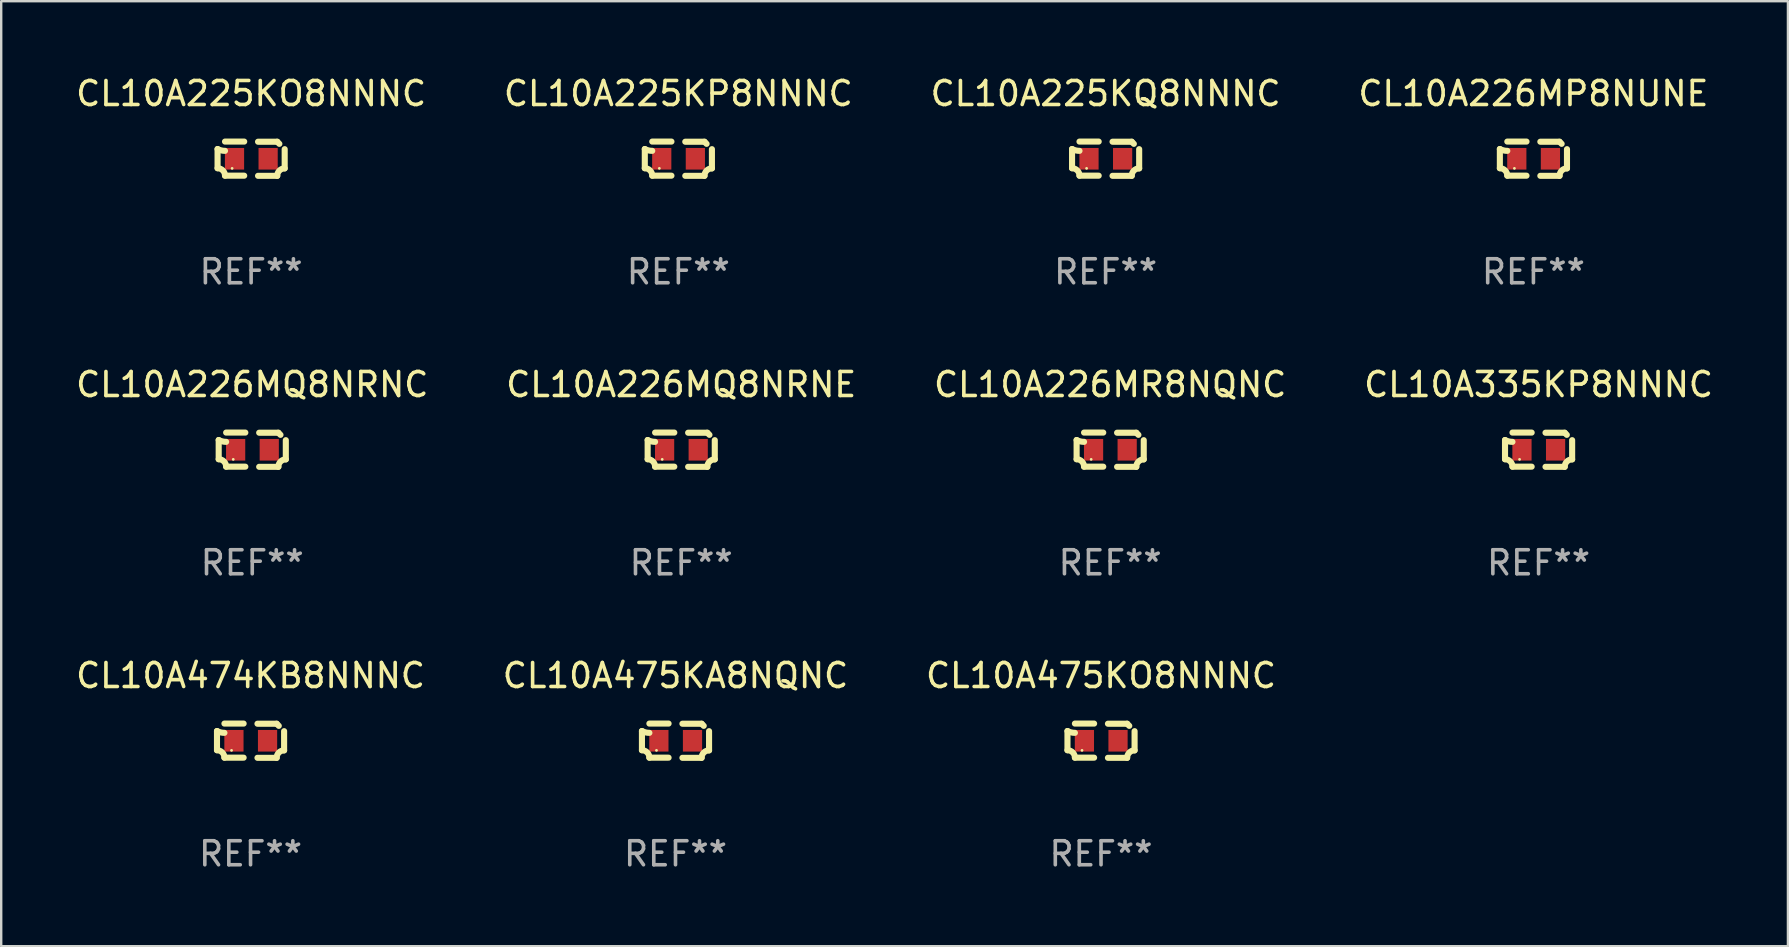
<source format=kicad_pcb>
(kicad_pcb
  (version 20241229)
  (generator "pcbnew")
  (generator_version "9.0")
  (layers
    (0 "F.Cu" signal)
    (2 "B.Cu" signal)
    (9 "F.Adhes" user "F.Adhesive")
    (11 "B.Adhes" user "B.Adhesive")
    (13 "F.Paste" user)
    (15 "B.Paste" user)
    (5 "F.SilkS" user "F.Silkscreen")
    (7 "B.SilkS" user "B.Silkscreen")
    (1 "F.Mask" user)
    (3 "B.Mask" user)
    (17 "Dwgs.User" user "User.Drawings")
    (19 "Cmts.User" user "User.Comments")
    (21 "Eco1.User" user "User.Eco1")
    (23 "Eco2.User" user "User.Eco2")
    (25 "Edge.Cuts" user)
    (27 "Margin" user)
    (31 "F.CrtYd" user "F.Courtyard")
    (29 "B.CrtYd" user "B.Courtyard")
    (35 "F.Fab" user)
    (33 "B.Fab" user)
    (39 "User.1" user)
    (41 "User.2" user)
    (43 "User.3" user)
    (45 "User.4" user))
  (footprint "CL10A226MP8NUNE"
    (layer "F.Cu")
    (at 60.827 3.561)
    (property "Reference" "CL10A226MP8NUNE" (at 0 -2.713 0) (layer "F.SilkS") (effects (font (size 1 1) (thickness 0.15))))
    (attr through_hole)
    (fp_line (start -1.398 -0.403) (end -1.398 0.397) (stroke (width 0.254) (type solid)) (layer "F.SilkS"))
    (fp_line (start -0.288 -0.713) (end -1.088 -0.713) (stroke (width 0.254) (type solid)) (layer "F.SilkS"))
    (fp_line (start -0.288 0.707) (end -1.088 0.707) (stroke (width 0.254) (type solid)) (layer "F.SilkS"))
    (fp_line (start 0.288 -0.707) (end 1.088 -0.707) (stroke (width 0.254) (type solid)) (layer "F.SilkS"))
    (fp_line (start 0.288 0.713) (end 1.088 0.713) (stroke (width 0.254) (type solid)) (layer "F.SilkS"))
    (fp_line (start 1.398 -0.397) (end 1.398 0.403) (stroke (width 0.254) (type solid)) (layer "F.SilkS"))
    (fp_arc (start -1.397789 0.397066) (mid -1.178701 0.487826) (end -1.08796 0.706922) (stroke (width 0.254001) (type solid)) (layer "F.SilkS"))
    (fp_arc (start -1.08796 -0.327176) (mid -1.247436 -0.346384) (end -1.39779 -0.402908) (stroke (width 0.254001) (type solid)) (layer "F.SilkS"))
    (fp_arc (start 1.087909 0.712738) (mid 1.178656 0.493655) (end 1.397739 0.402908) (stroke (width 0.254001) (type solid)) (layer "F.SilkS"))
    (fp_arc (start 1.175925 -0.618926) (mid 1.131917 -0.662923) (end 1.08791 -0.706922) (stroke (width 0.254001) (type solid)) (layer "F.SilkS"))
    (fp_circle (center -0.792 0.403) (end -0.762 0.403) (stroke (width 0.06) (type solid)) (fill no) (layer "F.SilkS"))
    (fp_text user "REF**" (at 0 4.713 0) (layer "F.Fab") (effects (font (size 1 1) (thickness 0.15))))
    (pad "1" smd rect (at -0.692 0.003) (size 0.8 0.9) (layers "F.Cu" "F.Mask" "F.Paste"))
    (pad "2" smd rect (at 0.708 0.003) (size 0.8 0.9) (layers "F.Cu" "F.Mask" "F.Paste")))
  (footprint "CL10A475KO8NNNC"
    (layer "F.Cu")
    (at 42.815 27.805)
    (property "Reference" "CL10A475KO8NNNC" (at 0 -2.713 0) (layer "F.SilkS") (effects (font (size 1 1) (thickness 0.15))))
    (attr through_hole)
    (fp_line (start -1.398 -0.403) (end -1.398 0.397) (stroke (width 0.254) (type solid)) (layer "F.SilkS"))
    (fp_line (start -0.288 -0.713) (end -1.088 -0.713) (stroke (width 0.254) (type solid)) (layer "F.SilkS"))
    (fp_line (start -0.288 0.707) (end -1.088 0.707) (stroke (width 0.254) (type solid)) (layer "F.SilkS"))
    (fp_line (start 0.288 -0.707) (end 1.088 -0.707) (stroke (width 0.254) (type solid)) (layer "F.SilkS"))
    (fp_line (start 0.288 0.713) (end 1.088 0.713) (stroke (width 0.254) (type solid)) (layer "F.SilkS"))
    (fp_line (start 1.398 -0.397) (end 1.398 0.403) (stroke (width 0.254) (type solid)) (layer "F.SilkS"))
    (fp_arc (start -1.397789 0.397066) (mid -1.178701 0.487826) (end -1.08796 0.706922) (stroke (width 0.254001) (type solid)) (layer "F.SilkS"))
    (fp_arc (start -1.08796 -0.327176) (mid -1.247436 -0.346384) (end -1.39779 -0.402908) (stroke (width 0.254001) (type solid)) (layer "F.SilkS"))
    (fp_arc (start 1.087909 0.712738) (mid 1.178656 0.493655) (end 1.397739 0.402908) (stroke (width 0.254001) (type solid)) (layer "F.SilkS"))
    (fp_arc (start 1.175925 -0.618926) (mid 1.131917 -0.662923) (end 1.08791 -0.706922) (stroke (width 0.254001) (type solid)) (layer "F.SilkS"))
    (fp_circle (center -0.792 0.403) (end -0.762 0.403) (stroke (width 0.06) (type solid)) (fill no) (layer "F.SilkS"))
    (fp_text user "REF**" (at 0 4.713 0) (layer "F.Fab") (effects (font (size 1 1) (thickness 0.15))))
    (pad "1" smd rect (at -0.692 0.003) (size 0.8 0.9) (layers "F.Cu" "F.Mask" "F.Paste"))
    (pad "2" smd rect (at 0.708 0.003) (size 0.8 0.9) (layers "F.Cu" "F.Mask" "F.Paste")))
  (footprint "CL10A226MQ8NRNC"
    (layer "F.Cu")
    (at 7.458 15.683)
    (property "Reference" "CL10A226MQ8NRNC" (at 0 -2.713 0) (layer "F.SilkS") (effects (font (size 1 1) (thickness 0.15))))
    (attr through_hole)
    (fp_line (start -1.398 -0.403) (end -1.398 0.397) (stroke (width 0.254) (type solid)) (layer "F.SilkS"))
    (fp_line (start -0.288 -0.713) (end -1.088 -0.713) (stroke (width 0.254) (type solid)) (layer "F.SilkS"))
    (fp_line (start -0.288 0.707) (end -1.088 0.707) (stroke (width 0.254) (type solid)) (layer "F.SilkS"))
    (fp_line (start 0.288 -0.707) (end 1.088 -0.707) (stroke (width 0.254) (type solid)) (layer "F.SilkS"))
    (fp_line (start 0.288 0.713) (end 1.088 0.713) (stroke (width 0.254) (type solid)) (layer "F.SilkS"))
    (fp_line (start 1.398 -0.397) (end 1.398 0.403) (stroke (width 0.254) (type solid)) (layer "F.SilkS"))
    (fp_arc (start -1.397789 0.397066) (mid -1.178701 0.487826) (end -1.08796 0.706922) (stroke (width 0.254001) (type solid)) (layer "F.SilkS"))
    (fp_arc (start -1.08796 -0.327176) (mid -1.247436 -0.346384) (end -1.39779 -0.402908) (stroke (width 0.254001) (type solid)) (layer "F.SilkS"))
    (fp_arc (start 1.087909 0.712738) (mid 1.178656 0.493655) (end 1.397739 0.402908) (stroke (width 0.254001) (type solid)) (layer "F.SilkS"))
    (fp_arc (start 1.175925 -0.618926) (mid 1.131917 -0.662923) (end 1.08791 -0.706922) (stroke (width 0.254001) (type solid)) (layer "F.SilkS"))
    (fp_circle (center -0.792 0.403) (end -0.762 0.403) (stroke (width 0.06) (type solid)) (fill no) (layer "F.SilkS"))
    (fp_text user "REF**" (at 0 4.713 0) (layer "F.Fab") (effects (font (size 1 1) (thickness 0.15))))
    (pad "1" smd rect (at -0.692 0.003) (size 0.8 0.9) (layers "F.Cu" "F.Mask" "F.Paste"))
    (pad "2" smd rect (at 0.708 0.003) (size 0.8 0.9) (layers "F.Cu" "F.Mask" "F.Paste")))
  (footprint "CL10A225KP8NNNC"
    (layer "F.Cu")
    (at 25.208 3.561)
    (property "Reference" "CL10A225KP8NNNC" (at 0 -2.713 0) (layer "F.SilkS") (effects (font (size 1 1) (thickness 0.15))))
    (attr through_hole)
    (fp_line (start -1.398 -0.403) (end -1.398 0.397) (stroke (width 0.254) (type solid)) (layer "F.SilkS"))
    (fp_line (start -0.288 -0.713) (end -1.088 -0.713) (stroke (width 0.254) (type solid)) (layer "F.SilkS"))
    (fp_line (start -0.288 0.707) (end -1.088 0.707) (stroke (width 0.254) (type solid)) (layer "F.SilkS"))
    (fp_line (start 0.288 -0.707) (end 1.088 -0.707) (stroke (width 0.254) (type solid)) (layer "F.SilkS"))
    (fp_line (start 0.288 0.713) (end 1.088 0.713) (stroke (width 0.254) (type solid)) (layer "F.SilkS"))
    (fp_line (start 1.398 -0.397) (end 1.398 0.403) (stroke (width 0.254) (type solid)) (layer "F.SilkS"))
    (fp_arc (start -1.397789 0.397066) (mid -1.178701 0.487826) (end -1.08796 0.706922) (stroke (width 0.254001) (type solid)) (layer "F.SilkS"))
    (fp_arc (start -1.08796 -0.327176) (mid -1.247436 -0.346384) (end -1.39779 -0.402908) (stroke (width 0.254001) (type solid)) (layer "F.SilkS"))
    (fp_arc (start 1.087909 0.712738) (mid 1.178656 0.493655) (end 1.397739 0.402908) (stroke (width 0.254001) (type solid)) (layer "F.SilkS"))
    (fp_arc (start 1.175925 -0.618926) (mid 1.131917 -0.662923) (end 1.08791 -0.706922) (stroke (width 0.254001) (type solid)) (layer "F.SilkS"))
    (fp_circle (center -0.792 0.403) (end -0.762 0.403) (stroke (width 0.06) (type solid)) (fill no) (layer "F.SilkS"))
    (fp_text user "REF**" (at 0 4.713 0) (layer "F.Fab") (effects (font (size 1 1) (thickness 0.15))))
    (pad "1" smd rect (at -0.692 0.003) (size 0.8 0.9) (layers "F.Cu" "F.Mask" "F.Paste"))
    (pad "2" smd rect (at 0.708 0.003) (size 0.8 0.9) (layers "F.Cu" "F.Mask" "F.Paste")))
  (footprint "CL10A226MQ8NRNE"
    (layer "F.Cu")
    (at 25.327 15.683)
    (property "Reference" "CL10A226MQ8NRNE" (at 0 -2.713 0) (layer "F.SilkS") (effects (font (size 1 1) (thickness 0.15))))
    (attr through_hole)
    (fp_line (start -1.398 -0.403) (end -1.398 0.397) (stroke (width 0.254) (type solid)) (layer "F.SilkS"))
    (fp_line (start -0.288 -0.713) (end -1.088 -0.713) (stroke (width 0.254) (type solid)) (layer "F.SilkS"))
    (fp_line (start -0.288 0.707) (end -1.088 0.707) (stroke (width 0.254) (type solid)) (layer "F.SilkS"))
    (fp_line (start 0.288 -0.707) (end 1.088 -0.707) (stroke (width 0.254) (type solid)) (layer "F.SilkS"))
    (fp_line (start 0.288 0.713) (end 1.088 0.713) (stroke (width 0.254) (type solid)) (layer "F.SilkS"))
    (fp_line (start 1.398 -0.397) (end 1.398 0.403) (stroke (width 0.254) (type solid)) (layer "F.SilkS"))
    (fp_arc (start -1.397789 0.397066) (mid -1.178701 0.487826) (end -1.08796 0.706922) (stroke (width 0.254001) (type solid)) (layer "F.SilkS"))
    (fp_arc (start -1.08796 -0.327176) (mid -1.247436 -0.346384) (end -1.39779 -0.402908) (stroke (width 0.254001) (type solid)) (layer "F.SilkS"))
    (fp_arc (start 1.087909 0.712738) (mid 1.178656 0.493655) (end 1.397739 0.402908) (stroke (width 0.254001) (type solid)) (layer "F.SilkS"))
    (fp_arc (start 1.175925 -0.618926) (mid 1.131917 -0.662923) (end 1.08791 -0.706922) (stroke (width 0.254001) (type solid)) (layer "F.SilkS"))
    (fp_circle (center -0.792 0.403) (end -0.762 0.403) (stroke (width 0.06) (type solid)) (fill no) (layer "F.SilkS"))
    (fp_text user "REF**" (at 0 4.713 0) (layer "F.Fab") (effects (font (size 1 1) (thickness 0.15))))
    (pad "1" smd rect (at -0.692 0.003) (size 0.8 0.9) (layers "F.Cu" "F.Mask" "F.Paste"))
    (pad "2" smd rect (at 0.708 0.003) (size 0.8 0.9) (layers "F.Cu" "F.Mask" "F.Paste")))
  (footprint "CL10A226MR8NQNC"
    (layer "F.Cu")
    (at 43.196 15.683)
    (property "Reference" "CL10A226MR8NQNC" (at 0 -2.713 0) (layer "F.SilkS") (effects (font (size 1 1) (thickness 0.15))))
    (attr through_hole)
    (fp_line (start -1.398 -0.403) (end -1.398 0.397) (stroke (width 0.254) (type solid)) (layer "F.SilkS"))
    (fp_line (start -0.288 -0.713) (end -1.088 -0.713) (stroke (width 0.254) (type solid)) (layer "F.SilkS"))
    (fp_line (start -0.288 0.707) (end -1.088 0.707) (stroke (width 0.254) (type solid)) (layer "F.SilkS"))
    (fp_line (start 0.288 -0.707) (end 1.088 -0.707) (stroke (width 0.254) (type solid)) (layer "F.SilkS"))
    (fp_line (start 0.288 0.713) (end 1.088 0.713) (stroke (width 0.254) (type solid)) (layer "F.SilkS"))
    (fp_line (start 1.398 -0.397) (end 1.398 0.403) (stroke (width 0.254) (type solid)) (layer "F.SilkS"))
    (fp_arc (start -1.397789 0.397066) (mid -1.178701 0.487826) (end -1.08796 0.706922) (stroke (width 0.254001) (type solid)) (layer "F.SilkS"))
    (fp_arc (start -1.08796 -0.327176) (mid -1.247436 -0.346384) (end -1.39779 -0.402908) (stroke (width 0.254001) (type solid)) (layer "F.SilkS"))
    (fp_arc (start 1.087909 0.712738) (mid 1.178656 0.493655) (end 1.397739 0.402908) (stroke (width 0.254001) (type solid)) (layer "F.SilkS"))
    (fp_arc (start 1.175925 -0.618926) (mid 1.131917 -0.662923) (end 1.08791 -0.706922) (stroke (width 0.254001) (type solid)) (layer "F.SilkS"))
    (fp_circle (center -0.792 0.403) (end -0.762 0.403) (stroke (width 0.06) (type solid)) (fill no) (layer "F.SilkS"))
    (fp_text user "REF**" (at 0 4.713 0) (layer "F.Fab") (effects (font (size 1 1) (thickness 0.15))))
    (pad "1" smd rect (at -0.692 0.003) (size 0.8 0.9) (layers "F.Cu" "F.Mask" "F.Paste"))
    (pad "2" smd rect (at 0.708 0.003) (size 0.8 0.9) (layers "F.Cu" "F.Mask" "F.Paste")))
  (footprint "CL10A225KQ8NNNC"
    (layer "F.Cu")
    (at 43.006 3.561)
    (property "Reference" "CL10A225KQ8NNNC" (at 0 -2.713 0) (layer "F.SilkS") (effects (font (size 1 1) (thickness 0.15))))
    (attr through_hole)
    (fp_line (start -1.398 -0.403) (end -1.398 0.397) (stroke (width 0.254) (type solid)) (layer "F.SilkS"))
    (fp_line (start -0.288 -0.713) (end -1.088 -0.713) (stroke (width 0.254) (type solid)) (layer "F.SilkS"))
    (fp_line (start -0.288 0.707) (end -1.088 0.707) (stroke (width 0.254) (type solid)) (layer "F.SilkS"))
    (fp_line (start 0.288 -0.707) (end 1.088 -0.707) (stroke (width 0.254) (type solid)) (layer "F.SilkS"))
    (fp_line (start 0.288 0.713) (end 1.088 0.713) (stroke (width 0.254) (type solid)) (layer "F.SilkS"))
    (fp_line (start 1.398 -0.397) (end 1.398 0.403) (stroke (width 0.254) (type solid)) (layer "F.SilkS"))
    (fp_arc (start -1.397789 0.397066) (mid -1.178701 0.487826) (end -1.08796 0.706922) (stroke (width 0.254001) (type solid)) (layer "F.SilkS"))
    (fp_arc (start -1.08796 -0.327176) (mid -1.247436 -0.346384) (end -1.39779 -0.402908) (stroke (width 0.254001) (type solid)) (layer "F.SilkS"))
    (fp_arc (start 1.087909 0.712738) (mid 1.178656 0.493655) (end 1.397739 0.402908) (stroke (width 0.254001) (type solid)) (layer "F.SilkS"))
    (fp_arc (start 1.175925 -0.618926) (mid 1.131917 -0.662923) (end 1.08791 -0.706922) (stroke (width 0.254001) (type solid)) (layer "F.SilkS"))
    (fp_circle (center -0.792 0.403) (end -0.762 0.403) (stroke (width 0.06) (type solid)) (fill no) (layer "F.SilkS"))
    (fp_text user "REF**" (at 0 4.713 0) (layer "F.Fab") (effects (font (size 1 1) (thickness 0.15))))
    (pad "1" smd rect (at -0.692 0.003) (size 0.8 0.9) (layers "F.Cu" "F.Mask" "F.Paste"))
    (pad "2" smd rect (at 0.708 0.003) (size 0.8 0.9) (layers "F.Cu" "F.Mask" "F.Paste")))
  (footprint "CL10A335KP8NNNC"
    (layer "F.Cu")
    (at 61.042 15.683)
    (property "Reference" "CL10A335KP8NNNC" (at 0 -2.713 0) (layer "F.SilkS") (effects (font (size 1 1) (thickness 0.15))))
    (attr through_hole)
    (fp_line (start -1.398 -0.403) (end -1.398 0.397) (stroke (width 0.254) (type solid)) (layer "F.SilkS"))
    (fp_line (start -0.288 -0.713) (end -1.088 -0.713) (stroke (width 0.254) (type solid)) (layer "F.SilkS"))
    (fp_line (start -0.288 0.707) (end -1.088 0.707) (stroke (width 0.254) (type solid)) (layer "F.SilkS"))
    (fp_line (start 0.288 -0.707) (end 1.088 -0.707) (stroke (width 0.254) (type solid)) (layer "F.SilkS"))
    (fp_line (start 0.288 0.713) (end 1.088 0.713) (stroke (width 0.254) (type solid)) (layer "F.SilkS"))
    (fp_line (start 1.398 -0.397) (end 1.398 0.403) (stroke (width 0.254) (type solid)) (layer "F.SilkS"))
    (fp_arc (start -1.397789 0.397066) (mid -1.178701 0.487826) (end -1.08796 0.706922) (stroke (width 0.254001) (type solid)) (layer "F.SilkS"))
    (fp_arc (start -1.08796 -0.327176) (mid -1.247436 -0.346384) (end -1.39779 -0.402908) (stroke (width 0.254001) (type solid)) (layer "F.SilkS"))
    (fp_arc (start 1.087909 0.712738) (mid 1.178656 0.493655) (end 1.397739 0.402908) (stroke (width 0.254001) (type solid)) (layer "F.SilkS"))
    (fp_arc (start 1.175925 -0.618926) (mid 1.131917 -0.662923) (end 1.08791 -0.706922) (stroke (width 0.254001) (type solid)) (layer "F.SilkS"))
    (fp_circle (center -0.792 0.403) (end -0.762 0.403) (stroke (width 0.06) (type solid)) (fill no) (layer "F.SilkS"))
    (fp_text user "REF**" (at 0 4.713 0) (layer "F.Fab") (effects (font (size 1 1) (thickness 0.15))))
    (pad "1" smd rect (at -0.692 0.003) (size 0.8 0.9) (layers "F.Cu" "F.Mask" "F.Paste"))
    (pad "2" smd rect (at 0.708 0.003) (size 0.8 0.9) (layers "F.Cu" "F.Mask" "F.Paste")))
  (footprint "CL10A225KO8NNNC"
    (layer "F.Cu")
    (at 7.411 3.561)
    (property "Reference" "CL10A225KO8NNNC" (at 0 -2.713 0) (layer "F.SilkS") (effects (font (size 1 1) (thickness 0.15))))
    (attr through_hole)
    (fp_line (start -1.398 -0.403) (end -1.398 0.397) (stroke (width 0.254) (type solid)) (layer "F.SilkS"))
    (fp_line (start -0.288 -0.713) (end -1.088 -0.713) (stroke (width 0.254) (type solid)) (layer "F.SilkS"))
    (fp_line (start -0.288 0.707) (end -1.088 0.707) (stroke (width 0.254) (type solid)) (layer "F.SilkS"))
    (fp_line (start 0.288 -0.707) (end 1.088 -0.707) (stroke (width 0.254) (type solid)) (layer "F.SilkS"))
    (fp_line (start 0.288 0.713) (end 1.088 0.713) (stroke (width 0.254) (type solid)) (layer "F.SilkS"))
    (fp_line (start 1.398 -0.397) (end 1.398 0.403) (stroke (width 0.254) (type solid)) (layer "F.SilkS"))
    (fp_arc (start -1.397789 0.397066) (mid -1.178701 0.487826) (end -1.08796 0.706922) (stroke (width 0.254001) (type solid)) (layer "F.SilkS"))
    (fp_arc (start -1.08796 -0.327176) (mid -1.247436 -0.346384) (end -1.39779 -0.402908) (stroke (width 0.254001) (type solid)) (layer "F.SilkS"))
    (fp_arc (start 1.087909 0.712738) (mid 1.178656 0.493655) (end 1.397739 0.402908) (stroke (width 0.254001) (type solid)) (layer "F.SilkS"))
    (fp_arc (start 1.175925 -0.618926) (mid 1.131917 -0.662923) (end 1.08791 -0.706922) (stroke (width 0.254001) (type solid)) (layer "F.SilkS"))
    (fp_circle (center -0.792 0.403) (end -0.762 0.403) (stroke (width 0.06) (type solid)) (fill no) (layer "F.SilkS"))
    (fp_text user "REF**" (at 0 4.713 0) (layer "F.Fab") (effects (font (size 1 1) (thickness 0.15))))
    (pad "1" smd rect (at -0.692 0.003) (size 0.8 0.9) (layers "F.Cu" "F.Mask" "F.Paste"))
    (pad "2" smd rect (at 0.708 0.003) (size 0.8 0.9) (layers "F.Cu" "F.Mask" "F.Paste")))
  (footprint "CL10A474KB8NNNC"
    (layer "F.Cu")
    (at 7.387 27.805)
    (property "Reference" "CL10A474KB8NNNC" (at 0 -2.713 0) (layer "F.SilkS") (effects (font (size 1 1) (thickness 0.15))))
    (attr through_hole)
    (fp_line (start -1.398 -0.403) (end -1.398 0.397) (stroke (width 0.254) (type solid)) (layer "F.SilkS"))
    (fp_line (start -0.288 -0.713) (end -1.088 -0.713) (stroke (width 0.254) (type solid)) (layer "F.SilkS"))
    (fp_line (start -0.288 0.707) (end -1.088 0.707) (stroke (width 0.254) (type solid)) (layer "F.SilkS"))
    (fp_line (start 0.288 -0.707) (end 1.088 -0.707) (stroke (width 0.254) (type solid)) (layer "F.SilkS"))
    (fp_line (start 0.288 0.713) (end 1.088 0.713) (stroke (width 0.254) (type solid)) (layer "F.SilkS"))
    (fp_line (start 1.398 -0.397) (end 1.398 0.403) (stroke (width 0.254) (type solid)) (layer "F.SilkS"))
    (fp_arc (start -1.397789 0.397066) (mid -1.178701 0.487826) (end -1.08796 0.706922) (stroke (width 0.254001) (type solid)) (layer "F.SilkS"))
    (fp_arc (start -1.08796 -0.327176) (mid -1.247436 -0.346384) (end -1.39779 -0.402908) (stroke (width 0.254001) (type solid)) (layer "F.SilkS"))
    (fp_arc (start 1.087909 0.712738) (mid 1.178656 0.493655) (end 1.397739 0.402908) (stroke (width 0.254001) (type solid)) (layer "F.SilkS"))
    (fp_arc (start 1.175925 -0.618926) (mid 1.131917 -0.662923) (end 1.08791 -0.706922) (stroke (width 0.254001) (type solid)) (layer "F.SilkS"))
    (fp_circle (center -0.792 0.403) (end -0.762 0.403) (stroke (width 0.06) (type solid)) (fill no) (layer "F.SilkS"))
    (fp_text user "REF**" (at 0 4.713 0) (layer "F.Fab") (effects (font (size 1 1) (thickness 0.15))))
    (pad "1" smd rect (at -0.692 0.003) (size 0.8 0.9) (layers "F.Cu" "F.Mask" "F.Paste"))
    (pad "2" smd rect (at 0.708 0.003) (size 0.8 0.9) (layers "F.Cu" "F.Mask" "F.Paste")))
  (footprint "CL10A475KA8NQNC"
    (layer "F.Cu")
    (at 25.089 27.805)
    (property "Reference" "CL10A475KA8NQNC" (at 0 -2.713 0) (layer "F.SilkS") (effects (font (size 1 1) (thickness 0.15))))
    (attr through_hole)
    (fp_line (start -1.398 -0.403) (end -1.398 0.397) (stroke (width 0.254) (type solid)) (layer "F.SilkS"))
    (fp_line (start -0.288 -0.713) (end -1.088 -0.713) (stroke (width 0.254) (type solid)) (layer "F.SilkS"))
    (fp_line (start -0.288 0.707) (end -1.088 0.707) (stroke (width 0.254) (type solid)) (layer "F.SilkS"))
    (fp_line (start 0.288 -0.707) (end 1.088 -0.707) (stroke (width 0.254) (type solid)) (layer "F.SilkS"))
    (fp_line (start 0.288 0.713) (end 1.088 0.713) (stroke (width 0.254) (type solid)) (layer "F.SilkS"))
    (fp_line (start 1.398 -0.397) (end 1.398 0.403) (stroke (width 0.254) (type solid)) (layer "F.SilkS"))
    (fp_arc (start -1.397789 0.397066) (mid -1.178701 0.487826) (end -1.08796 0.706922) (stroke (width 0.254001) (type solid)) (layer "F.SilkS"))
    (fp_arc (start -1.08796 -0.327176) (mid -1.247436 -0.346384) (end -1.39779 -0.402908) (stroke (width 0.254001) (type solid)) (layer "F.SilkS"))
    (fp_arc (start 1.087909 0.712738) (mid 1.178656 0.493655) (end 1.397739 0.402908) (stroke (width 0.254001) (type solid)) (layer "F.SilkS"))
    (fp_arc (start 1.175925 -0.618926) (mid 1.131917 -0.662923) (end 1.08791 -0.706922) (stroke (width 0.254001) (type solid)) (layer "F.SilkS"))
    (fp_circle (center -0.792 0.403) (end -0.762 0.403) (stroke (width 0.06) (type solid)) (fill no) (layer "F.SilkS"))
    (fp_text user "REF**" (at 0 4.713 0) (layer "F.Fab") (effects (font (size 1 1) (thickness 0.15))))
    (pad "1" smd rect (at -0.692 0.003) (size 0.8 0.9) (layers "F.Cu" "F.Mask" "F.Paste"))
    (pad "2" smd rect (at 0.708 0.003) (size 0.8 0.9) (layers "F.Cu" "F.Mask" "F.Paste")))
  (gr_rect
    (start -3 -3)
    (end 71.429 36.366)
    (stroke (width 0.1) (type default))
    (fill no)
    (layer "Edge.Cuts")))
</source>
